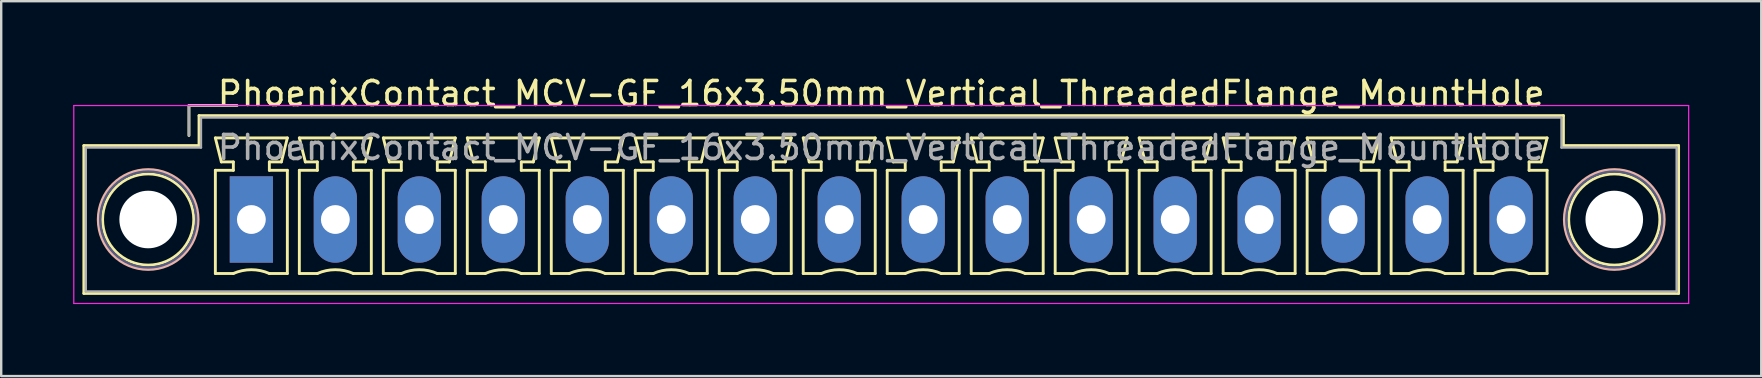
<source format=kicad_pcb>
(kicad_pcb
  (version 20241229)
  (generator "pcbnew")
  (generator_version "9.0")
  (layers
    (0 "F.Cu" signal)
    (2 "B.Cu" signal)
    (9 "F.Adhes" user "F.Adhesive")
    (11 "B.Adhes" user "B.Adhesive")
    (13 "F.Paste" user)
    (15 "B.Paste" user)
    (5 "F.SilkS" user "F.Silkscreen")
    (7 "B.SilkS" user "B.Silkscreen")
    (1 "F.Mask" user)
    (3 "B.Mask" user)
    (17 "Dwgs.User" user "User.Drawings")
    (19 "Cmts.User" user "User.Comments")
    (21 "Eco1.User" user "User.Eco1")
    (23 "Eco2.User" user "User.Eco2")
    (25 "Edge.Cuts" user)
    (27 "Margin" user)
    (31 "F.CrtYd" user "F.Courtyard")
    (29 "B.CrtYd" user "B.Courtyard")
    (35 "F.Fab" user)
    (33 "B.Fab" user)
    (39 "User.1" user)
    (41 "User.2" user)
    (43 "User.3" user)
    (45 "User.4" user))
  (footprint "PhoenixContact_MCV-GF_16x3.50mm_Vertical_ThreadedFlange_MountHole"
    (layer "F.Cu")
    (at 7.425 6.098)
    (property "Reference" "PhoenixContact_MCV-GF_16x3.50mm_Vertical_ThreadedFlange_MountHole" (at 26.25 -5.25 0) (layer "F.SilkS") (effects (font (size 1 1) (thickness 0.15))))
    (attr through_hole)
    (fp_line (start -6.98 -3.08) (end -6.98 3.08) (stroke (width 0.12) (type solid)) (layer "F.SilkS"))
    (fp_line (start -6.98 3.08) (end 59.48 3.08) (stroke (width 0.12) (type solid)) (layer "F.SilkS"))
    (fp_line (start -2.6 -4.75) (end -0.6 -4.75) (stroke (width 0.12) (type solid)) (layer "F.SilkS"))
    (fp_line (start -2.6 -3.5) (end -2.6 -4.75) (stroke (width 0.12) (type solid)) (layer "F.SilkS"))
    (fp_line (start -2.18 -4.33) (end -2.18 -3.08) (stroke (width 0.12) (type solid)) (layer "F.SilkS"))
    (fp_line (start -2.18 -3.08) (end -6.98 -3.08) (stroke (width 0.12) (type solid)) (layer "F.SilkS"))
    (fp_line (start -1.5 -3.4) (end 1.5 -3.4) (stroke (width 0.12) (type solid)) (layer "F.SilkS"))
    (fp_line (start -1.5 -2.05) (end -0.75 -2.05) (stroke (width 0.12) (type solid)) (layer "F.SilkS"))
    (fp_line (start -1.5 2.25) (end -1.5 -2.05) (stroke (width 0.12) (type solid)) (layer "F.SilkS"))
    (fp_line (start -1.25 -2.4) (end -1.5 -3.4) (stroke (width 0.12) (type solid)) (layer "F.SilkS"))
    (fp_line (start -0.75 -2.4) (end -1.25 -2.4) (stroke (width 0.12) (type solid)) (layer "F.SilkS"))
    (fp_line (start -0.75 -2.05) (end -0.75 -2.4) (stroke (width 0.12) (type solid)) (layer "F.SilkS"))
    (fp_line (start -0.75 2.25) (end -1.5 2.25) (stroke (width 0.12) (type solid)) (layer "F.SilkS"))
    (fp_line (start 0.75 -2.4) (end 0.75 -2.05) (stroke (width 0.12) (type solid)) (layer "F.SilkS"))
    (fp_line (start 0.75 -2.05) (end 1.5 -2.05) (stroke (width 0.12) (type solid)) (layer "F.SilkS"))
    (fp_line (start 1.25 -2.4) (end 0.75 -2.4) (stroke (width 0.12) (type solid)) (layer "F.SilkS"))
    (fp_line (start 1.5 -3.4) (end 1.25 -2.4) (stroke (width 0.12) (type solid)) (layer "F.SilkS"))
    (fp_line (start 1.5 -2.05) (end 1.5 2.25) (stroke (width 0.12) (type solid)) (layer "F.SilkS"))
    (fp_line (start 1.5 2.25) (end 0.75 2.25) (stroke (width 0.12) (type solid)) (layer "F.SilkS"))
    (fp_line (start 2 -3.4) (end 5 -3.4) (stroke (width 0.12) (type solid)) (layer "F.SilkS"))
    (fp_line (start 2 -2.05) (end 2.75 -2.05) (stroke (width 0.12) (type solid)) (layer "F.SilkS"))
    (fp_line (start 2 2.25) (end 2 -2.05) (stroke (width 0.12) (type solid)) (layer "F.SilkS"))
    (fp_line (start 2.25 -2.4) (end 2 -3.4) (stroke (width 0.12) (type solid)) (layer "F.SilkS"))
    (fp_line (start 2.75 -2.4) (end 2.25 -2.4) (stroke (width 0.12) (type solid)) (layer "F.SilkS"))
    (fp_line (start 2.75 -2.05) (end 2.75 -2.4) (stroke (width 0.12) (type solid)) (layer "F.SilkS"))
    (fp_line (start 2.75 2.25) (end 2 2.25) (stroke (width 0.12) (type solid)) (layer "F.SilkS"))
    (fp_line (start 4.25 -2.4) (end 4.25 -2.05) (stroke (width 0.12) (type solid)) (layer "F.SilkS"))
    (fp_line (start 4.25 -2.05) (end 5 -2.05) (stroke (width 0.12) (type solid)) (layer "F.SilkS"))
    (fp_line (start 4.75 -2.4) (end 4.25 -2.4) (stroke (width 0.12) (type solid)) (layer "F.SilkS"))
    (fp_line (start 5 -3.4) (end 4.75 -2.4) (stroke (width 0.12) (type solid)) (layer "F.SilkS"))
    (fp_line (start 5 -2.05) (end 5 2.25) (stroke (width 0.12) (type solid)) (layer "F.SilkS"))
    (fp_line (start 5 2.25) (end 4.25 2.25) (stroke (width 0.12) (type solid)) (layer "F.SilkS"))
    (fp_line (start 5.5 -3.4) (end 8.5 -3.4) (stroke (width 0.12) (type solid)) (layer "F.SilkS"))
    (fp_line (start 5.5 -2.05) (end 6.25 -2.05) (stroke (width 0.12) (type solid)) (layer "F.SilkS"))
    (fp_line (start 5.5 2.25) (end 5.5 -2.05) (stroke (width 0.12) (type solid)) (layer "F.SilkS"))
    (fp_line (start 5.75 -2.4) (end 5.5 -3.4) (stroke (width 0.12) (type solid)) (layer "F.SilkS"))
    (fp_line (start 6.25 -2.4) (end 5.75 -2.4) (stroke (width 0.12) (type solid)) (layer "F.SilkS"))
    (fp_line (start 6.25 -2.05) (end 6.25 -2.4) (stroke (width 0.12) (type solid)) (layer "F.SilkS"))
    (fp_line (start 6.25 2.25) (end 5.5 2.25) (stroke (width 0.12) (type solid)) (layer "F.SilkS"))
    (fp_line (start 7.75 -2.4) (end 7.75 -2.05) (stroke (width 0.12) (type solid)) (layer "F.SilkS"))
    (fp_line (start 7.75 -2.05) (end 8.5 -2.05) (stroke (width 0.12) (type solid)) (layer "F.SilkS"))
    (fp_line (start 8.25 -2.4) (end 7.75 -2.4) (stroke (width 0.12) (type solid)) (layer "F.SilkS"))
    (fp_line (start 8.5 -3.4) (end 8.25 -2.4) (stroke (width 0.12) (type solid)) (layer "F.SilkS"))
    (fp_line (start 8.5 -2.05) (end 8.5 2.25) (stroke (width 0.12) (type solid)) (layer "F.SilkS"))
    (fp_line (start 8.5 2.25) (end 7.75 2.25) (stroke (width 0.12) (type solid)) (layer "F.SilkS"))
    (fp_line (start 9 -3.4) (end 12 -3.4) (stroke (width 0.12) (type solid)) (layer "F.SilkS"))
    (fp_line (start 9 -2.05) (end 9.75 -2.05) (stroke (width 0.12) (type solid)) (layer "F.SilkS"))
    (fp_line (start 9 2.25) (end 9 -2.05) (stroke (width 0.12) (type solid)) (layer "F.SilkS"))
    (fp_line (start 9.25 -2.4) (end 9 -3.4) (stroke (width 0.12) (type solid)) (layer "F.SilkS"))
    (fp_line (start 9.75 -2.4) (end 9.25 -2.4) (stroke (width 0.12) (type solid)) (layer "F.SilkS"))
    (fp_line (start 9.75 -2.05) (end 9.75 -2.4) (stroke (width 0.12) (type solid)) (layer "F.SilkS"))
    (fp_line (start 9.75 2.25) (end 9 2.25) (stroke (width 0.12) (type solid)) (layer "F.SilkS"))
    (fp_line (start 11.25 -2.4) (end 11.25 -2.05) (stroke (width 0.12) (type solid)) (layer "F.SilkS"))
    (fp_line (start 11.25 -2.05) (end 12 -2.05) (stroke (width 0.12) (type solid)) (layer "F.SilkS"))
    (fp_line (start 11.75 -2.4) (end 11.25 -2.4) (stroke (width 0.12) (type solid)) (layer "F.SilkS"))
    (fp_line (start 12 -3.4) (end 11.75 -2.4) (stroke (width 0.12) (type solid)) (layer "F.SilkS"))
    (fp_line (start 12 -2.05) (end 12 2.25) (stroke (width 0.12) (type solid)) (layer "F.SilkS"))
    (fp_line (start 12 2.25) (end 11.25 2.25) (stroke (width 0.12) (type solid)) (layer "F.SilkS"))
    (fp_line (start 12.5 -3.4) (end 15.5 -3.4) (stroke (width 0.12) (type solid)) (layer "F.SilkS"))
    (fp_line (start 12.5 -2.05) (end 13.25 -2.05) (stroke (width 0.12) (type solid)) (layer "F.SilkS"))
    (fp_line (start 12.5 2.25) (end 12.5 -2.05) (stroke (width 0.12) (type solid)) (layer "F.SilkS"))
    (fp_line (start 12.75 -2.4) (end 12.5 -3.4) (stroke (width 0.12) (type solid)) (layer "F.SilkS"))
    (fp_line (start 13.25 -2.4) (end 12.75 -2.4) (stroke (width 0.12) (type solid)) (layer "F.SilkS"))
    (fp_line (start 13.25 -2.05) (end 13.25 -2.4) (stroke (width 0.12) (type solid)) (layer "F.SilkS"))
    (fp_line (start 13.25 2.25) (end 12.5 2.25) (stroke (width 0.12) (type solid)) (layer "F.SilkS"))
    (fp_line (start 14.75 -2.4) (end 14.75 -2.05) (stroke (width 0.12) (type solid)) (layer "F.SilkS"))
    (fp_line (start 14.75 -2.05) (end 15.5 -2.05) (stroke (width 0.12) (type solid)) (layer "F.SilkS"))
    (fp_line (start 15.25 -2.4) (end 14.75 -2.4) (stroke (width 0.12) (type solid)) (layer "F.SilkS"))
    (fp_line (start 15.5 -3.4) (end 15.25 -2.4) (stroke (width 0.12) (type solid)) (layer "F.SilkS"))
    (fp_line (start 15.5 -2.05) (end 15.5 2.25) (stroke (width 0.12) (type solid)) (layer "F.SilkS"))
    (fp_line (start 15.5 2.25) (end 14.75 2.25) (stroke (width 0.12) (type solid)) (layer "F.SilkS"))
    (fp_line (start 16 -3.4) (end 19 -3.4) (stroke (width 0.12) (type solid)) (layer "F.SilkS"))
    (fp_line (start 16 -2.05) (end 16.75 -2.05) (stroke (width 0.12) (type solid)) (layer "F.SilkS"))
    (fp_line (start 16 2.25) (end 16 -2.05) (stroke (width 0.12) (type solid)) (layer "F.SilkS"))
    (fp_line (start 16.25 -2.4) (end 16 -3.4) (stroke (width 0.12) (type solid)) (layer "F.SilkS"))
    (fp_line (start 16.75 -2.4) (end 16.25 -2.4) (stroke (width 0.12) (type solid)) (layer "F.SilkS"))
    (fp_line (start 16.75 -2.05) (end 16.75 -2.4) (stroke (width 0.12) (type solid)) (layer "F.SilkS"))
    (fp_line (start 16.75 2.25) (end 16 2.25) (stroke (width 0.12) (type solid)) (layer "F.SilkS"))
    (fp_line (start 18.25 -2.4) (end 18.25 -2.05) (stroke (width 0.12) (type solid)) (layer "F.SilkS"))
    (fp_line (start 18.25 -2.05) (end 19 -2.05) (stroke (width 0.12) (type solid)) (layer "F.SilkS"))
    (fp_line (start 18.75 -2.4) (end 18.25 -2.4) (stroke (width 0.12) (type solid)) (layer "F.SilkS"))
    (fp_line (start 19 -3.4) (end 18.75 -2.4) (stroke (width 0.12) (type solid)) (layer "F.SilkS"))
    (fp_line (start 19 -2.05) (end 19 2.25) (stroke (width 0.12) (type solid)) (layer "F.SilkS"))
    (fp_line (start 19 2.25) (end 18.25 2.25) (stroke (width 0.12) (type solid)) (layer "F.SilkS"))
    (fp_line (start 19.5 -3.4) (end 22.5 -3.4) (stroke (width 0.12) (type solid)) (layer "F.SilkS"))
    (fp_line (start 19.5 -2.05) (end 20.25 -2.05) (stroke (width 0.12) (type solid)) (layer "F.SilkS"))
    (fp_line (start 19.5 2.25) (end 19.5 -2.05) (stroke (width 0.12) (type solid)) (layer "F.SilkS"))
    (fp_line (start 19.75 -2.4) (end 19.5 -3.4) (stroke (width 0.12) (type solid)) (layer "F.SilkS"))
    (fp_line (start 20.25 -2.4) (end 19.75 -2.4) (stroke (width 0.12) (type solid)) (layer "F.SilkS"))
    (fp_line (start 20.25 -2.05) (end 20.25 -2.4) (stroke (width 0.12) (type solid)) (layer "F.SilkS"))
    (fp_line (start 20.25 2.25) (end 19.5 2.25) (stroke (width 0.12) (type solid)) (layer "F.SilkS"))
    (fp_line (start 21.75 -2.4) (end 21.75 -2.05) (stroke (width 0.12) (type solid)) (layer "F.SilkS"))
    (fp_line (start 21.75 -2.05) (end 22.5 -2.05) (stroke (width 0.12) (type solid)) (layer "F.SilkS"))
    (fp_line (start 22.25 -2.4) (end 21.75 -2.4) (stroke (width 0.12) (type solid)) (layer "F.SilkS"))
    (fp_line (start 22.5 -3.4) (end 22.25 -2.4) (stroke (width 0.12) (type solid)) (layer "F.SilkS"))
    (fp_line (start 22.5 -2.05) (end 22.5 2.25) (stroke (width 0.12) (type solid)) (layer "F.SilkS"))
    (fp_line (start 22.5 2.25) (end 21.75 2.25) (stroke (width 0.12) (type solid)) (layer "F.SilkS"))
    (fp_line (start 23 -3.4) (end 26 -3.4) (stroke (width 0.12) (type solid)) (layer "F.SilkS"))
    (fp_line (start 23 -2.05) (end 23.75 -2.05) (stroke (width 0.12) (type solid)) (layer "F.SilkS"))
    (fp_line (start 23 2.25) (end 23 -2.05) (stroke (width 0.12) (type solid)) (layer "F.SilkS"))
    (fp_line (start 23.25 -2.4) (end 23 -3.4) (stroke (width 0.12) (type solid)) (layer "F.SilkS"))
    (fp_line (start 23.75 -2.4) (end 23.25 -2.4) (stroke (width 0.12) (type solid)) (layer "F.SilkS"))
    (fp_line (start 23.75 -2.05) (end 23.75 -2.4) (stroke (width 0.12) (type solid)) (layer "F.SilkS"))
    (fp_line (start 23.75 2.25) (end 23 2.25) (stroke (width 0.12) (type solid)) (layer "F.SilkS"))
    (fp_line (start 25.25 -2.4) (end 25.25 -2.05) (stroke (width 0.12) (type solid)) (layer "F.SilkS"))
    (fp_line (start 25.25 -2.05) (end 26 -2.05) (stroke (width 0.12) (type solid)) (layer "F.SilkS"))
    (fp_line (start 25.75 -2.4) (end 25.25 -2.4) (stroke (width 0.12) (type solid)) (layer "F.SilkS"))
    (fp_line (start 26 -3.4) (end 25.75 -2.4) (stroke (width 0.12) (type solid)) (layer "F.SilkS"))
    (fp_line (start 26 -2.05) (end 26 2.25) (stroke (width 0.12) (type solid)) (layer "F.SilkS"))
    (fp_line (start 26 2.25) (end 25.25 2.25) (stroke (width 0.12) (type solid)) (layer "F.SilkS"))
    (fp_line (start 26.5 -3.4) (end 29.5 -3.4) (stroke (width 0.12) (type solid)) (layer "F.SilkS"))
    (fp_line (start 26.5 -2.05) (end 27.25 -2.05) (stroke (width 0.12) (type solid)) (layer "F.SilkS"))
    (fp_line (start 26.5 2.25) (end 26.5 -2.05) (stroke (width 0.12) (type solid)) (layer "F.SilkS"))
    (fp_line (start 26.75 -2.4) (end 26.5 -3.4) (stroke (width 0.12) (type solid)) (layer "F.SilkS"))
    (fp_line (start 27.25 -2.4) (end 26.75 -2.4) (stroke (width 0.12) (type solid)) (layer "F.SilkS"))
    (fp_line (start 27.25 -2.05) (end 27.25 -2.4) (stroke (width 0.12) (type solid)) (layer "F.SilkS"))
    (fp_line (start 27.25 2.25) (end 26.5 2.25) (stroke (width 0.12) (type solid)) (layer "F.SilkS"))
    (fp_line (start 28.75 -2.4) (end 28.75 -2.05) (stroke (width 0.12) (type solid)) (layer "F.SilkS"))
    (fp_line (start 28.75 -2.05) (end 29.5 -2.05) (stroke (width 0.12) (type solid)) (layer "F.SilkS"))
    (fp_line (start 29.25 -2.4) (end 28.75 -2.4) (stroke (width 0.12) (type solid)) (layer "F.SilkS"))
    (fp_line (start 29.5 -3.4) (end 29.25 -2.4) (stroke (width 0.12) (type solid)) (layer "F.SilkS"))
    (fp_line (start 29.5 -2.05) (end 29.5 2.25) (stroke (width 0.12) (type solid)) (layer "F.SilkS"))
    (fp_line (start 29.5 2.25) (end 28.75 2.25) (stroke (width 0.12) (type solid)) (layer "F.SilkS"))
    (fp_line (start 30 -3.4) (end 33 -3.4) (stroke (width 0.12) (type solid)) (layer "F.SilkS"))
    (fp_line (start 30 -2.05) (end 30.75 -2.05) (stroke (width 0.12) (type solid)) (layer "F.SilkS"))
    (fp_line (start 30 2.25) (end 30 -2.05) (stroke (width 0.12) (type solid)) (layer "F.SilkS"))
    (fp_line (start 30.25 -2.4) (end 30 -3.4) (stroke (width 0.12) (type solid)) (layer "F.SilkS"))
    (fp_line (start 30.75 -2.4) (end 30.25 -2.4) (stroke (width 0.12) (type solid)) (layer "F.SilkS"))
    (fp_line (start 30.75 -2.05) (end 30.75 -2.4) (stroke (width 0.12) (type solid)) (layer "F.SilkS"))
    (fp_line (start 30.75 2.25) (end 30 2.25) (stroke (width 0.12) (type solid)) (layer "F.SilkS"))
    (fp_line (start 32.25 -2.4) (end 32.25 -2.05) (stroke (width 0.12) (type solid)) (layer "F.SilkS"))
    (fp_line (start 32.25 -2.05) (end 33 -2.05) (stroke (width 0.12) (type solid)) (layer "F.SilkS"))
    (fp_line (start 32.75 -2.4) (end 32.25 -2.4) (stroke (width 0.12) (type solid)) (layer "F.SilkS"))
    (fp_line (start 33 -3.4) (end 32.75 -2.4) (stroke (width 0.12) (type solid)) (layer "F.SilkS"))
    (fp_line (start 33 -2.05) (end 33 2.25) (stroke (width 0.12) (type solid)) (layer "F.SilkS"))
    (fp_line (start 33 2.25) (end 32.25 2.25) (stroke (width 0.12) (type solid)) (layer "F.SilkS"))
    (fp_line (start 33.5 -3.4) (end 36.5 -3.4) (stroke (width 0.12) (type solid)) (layer "F.SilkS"))
    (fp_line (start 33.5 -2.05) (end 34.25 -2.05) (stroke (width 0.12) (type solid)) (layer "F.SilkS"))
    (fp_line (start 33.5 2.25) (end 33.5 -2.05) (stroke (width 0.12) (type solid)) (layer "F.SilkS"))
    (fp_line (start 33.75 -2.4) (end 33.5 -3.4) (stroke (width 0.12) (type solid)) (layer "F.SilkS"))
    (fp_line (start 34.25 -2.4) (end 33.75 -2.4) (stroke (width 0.12) (type solid)) (layer "F.SilkS"))
    (fp_line (start 34.25 -2.05) (end 34.25 -2.4) (stroke (width 0.12) (type solid)) (layer "F.SilkS"))
    (fp_line (start 34.25 2.25) (end 33.5 2.25) (stroke (width 0.12) (type solid)) (layer "F.SilkS"))
    (fp_line (start 35.75 -2.4) (end 35.75 -2.05) (stroke (width 0.12) (type solid)) (layer "F.SilkS"))
    (fp_line (start 35.75 -2.05) (end 36.5 -2.05) (stroke (width 0.12) (type solid)) (layer "F.SilkS"))
    (fp_line (start 36.25 -2.4) (end 35.75 -2.4) (stroke (width 0.12) (type solid)) (layer "F.SilkS"))
    (fp_line (start 36.5 -3.4) (end 36.25 -2.4) (stroke (width 0.12) (type solid)) (layer "F.SilkS"))
    (fp_line (start 36.5 -2.05) (end 36.5 2.25) (stroke (width 0.12) (type solid)) (layer "F.SilkS"))
    (fp_line (start 36.5 2.25) (end 35.75 2.25) (stroke (width 0.12) (type solid)) (layer "F.SilkS"))
    (fp_line (start 37 -3.4) (end 40 -3.4) (stroke (width 0.12) (type solid)) (layer "F.SilkS"))
    (fp_line (start 37 -2.05) (end 37.75 -2.05) (stroke (width 0.12) (type solid)) (layer "F.SilkS"))
    (fp_line (start 37 2.25) (end 37 -2.05) (stroke (width 0.12) (type solid)) (layer "F.SilkS"))
    (fp_line (start 37.25 -2.4) (end 37 -3.4) (stroke (width 0.12) (type solid)) (layer "F.SilkS"))
    (fp_line (start 37.75 -2.4) (end 37.25 -2.4) (stroke (width 0.12) (type solid)) (layer "F.SilkS"))
    (fp_line (start 37.75 -2.05) (end 37.75 -2.4) (stroke (width 0.12) (type solid)) (layer "F.SilkS"))
    (fp_line (start 37.75 2.25) (end 37 2.25) (stroke (width 0.12) (type solid)) (layer "F.SilkS"))
    (fp_line (start 39.25 -2.4) (end 39.25 -2.05) (stroke (width 0.12) (type solid)) (layer "F.SilkS"))
    (fp_line (start 39.25 -2.05) (end 40 -2.05) (stroke (width 0.12) (type solid)) (layer "F.SilkS"))
    (fp_line (start 39.75 -2.4) (end 39.25 -2.4) (stroke (width 0.12) (type solid)) (layer "F.SilkS"))
    (fp_line (start 40 -3.4) (end 39.75 -2.4) (stroke (width 0.12) (type solid)) (layer "F.SilkS"))
    (fp_line (start 40 -2.05) (end 40 2.25) (stroke (width 0.12) (type solid)) (layer "F.SilkS"))
    (fp_line (start 40 2.25) (end 39.25 2.25) (stroke (width 0.12) (type solid)) (layer "F.SilkS"))
    (fp_line (start 40.5 -3.4) (end 43.5 -3.4) (stroke (width 0.12) (type solid)) (layer "F.SilkS"))
    (fp_line (start 40.5 -2.05) (end 41.25 -2.05) (stroke (width 0.12) (type solid)) (layer "F.SilkS"))
    (fp_line (start 40.5 2.25) (end 40.5 -2.05) (stroke (width 0.12) (type solid)) (layer "F.SilkS"))
    (fp_line (start 40.75 -2.4) (end 40.5 -3.4) (stroke (width 0.12) (type solid)) (layer "F.SilkS"))
    (fp_line (start 41.25 -2.4) (end 40.75 -2.4) (stroke (width 0.12) (type solid)) (layer "F.SilkS"))
    (fp_line (start 41.25 -2.05) (end 41.25 -2.4) (stroke (width 0.12) (type solid)) (layer "F.SilkS"))
    (fp_line (start 41.25 2.25) (end 40.5 2.25) (stroke (width 0.12) (type solid)) (layer "F.SilkS"))
    (fp_line (start 42.75 -2.4) (end 42.75 -2.05) (stroke (width 0.12) (type solid)) (layer "F.SilkS"))
    (fp_line (start 42.75 -2.05) (end 43.5 -2.05) (stroke (width 0.12) (type solid)) (layer "F.SilkS"))
    (fp_line (start 43.25 -2.4) (end 42.75 -2.4) (stroke (width 0.12) (type solid)) (layer "F.SilkS"))
    (fp_line (start 43.5 -3.4) (end 43.25 -2.4) (stroke (width 0.12) (type solid)) (layer "F.SilkS"))
    (fp_line (start 43.5 -2.05) (end 43.5 2.25) (stroke (width 0.12) (type solid)) (layer "F.SilkS"))
    (fp_line (start 43.5 2.25) (end 42.75 2.25) (stroke (width 0.12) (type solid)) (layer "F.SilkS"))
    (fp_line (start 44 -3.4) (end 47 -3.4) (stroke (width 0.12) (type solid)) (layer "F.SilkS"))
    (fp_line (start 44 -2.05) (end 44.75 -2.05) (stroke (width 0.12) (type solid)) (layer "F.SilkS"))
    (fp_line (start 44 2.25) (end 44 -2.05) (stroke (width 0.12) (type solid)) (layer "F.SilkS"))
    (fp_line (start 44.25 -2.4) (end 44 -3.4) (stroke (width 0.12) (type solid)) (layer "F.SilkS"))
    (fp_line (start 44.75 -2.4) (end 44.25 -2.4) (stroke (width 0.12) (type solid)) (layer "F.SilkS"))
    (fp_line (start 44.75 -2.05) (end 44.75 -2.4) (stroke (width 0.12) (type solid)) (layer "F.SilkS"))
    (fp_line (start 44.75 2.25) (end 44 2.25) (stroke (width 0.12) (type solid)) (layer "F.SilkS"))
    (fp_line (start 46.25 -2.4) (end 46.25 -2.05) (stroke (width 0.12) (type solid)) (layer "F.SilkS"))
    (fp_line (start 46.25 -2.05) (end 47 -2.05) (stroke (width 0.12) (type solid)) (layer "F.SilkS"))
    (fp_line (start 46.75 -2.4) (end 46.25 -2.4) (stroke (width 0.12) (type solid)) (layer "F.SilkS"))
    (fp_line (start 47 -3.4) (end 46.75 -2.4) (stroke (width 0.12) (type solid)) (layer "F.SilkS"))
    (fp_line (start 47 -2.05) (end 47 2.25) (stroke (width 0.12) (type solid)) (layer "F.SilkS"))
    (fp_line (start 47 2.25) (end 46.25 2.25) (stroke (width 0.12) (type solid)) (layer "F.SilkS"))
    (fp_line (start 47.5 -3.4) (end 50.5 -3.4) (stroke (width 0.12) (type solid)) (layer "F.SilkS"))
    (fp_line (start 47.5 -2.05) (end 48.25 -2.05) (stroke (width 0.12) (type solid)) (layer "F.SilkS"))
    (fp_line (start 47.5 2.25) (end 47.5 -2.05) (stroke (width 0.12) (type solid)) (layer "F.SilkS"))
    (fp_line (start 47.75 -2.4) (end 47.5 -3.4) (stroke (width 0.12) (type solid)) (layer "F.SilkS"))
    (fp_line (start 48.25 -2.4) (end 47.75 -2.4) (stroke (width 0.12) (type solid)) (layer "F.SilkS"))
    (fp_line (start 48.25 -2.05) (end 48.25 -2.4) (stroke (width 0.12) (type solid)) (layer "F.SilkS"))
    (fp_line (start 48.25 2.25) (end 47.5 2.25) (stroke (width 0.12) (type solid)) (layer "F.SilkS"))
    (fp_line (start 49.75 -2.4) (end 49.75 -2.05) (stroke (width 0.12) (type solid)) (layer "F.SilkS"))
    (fp_line (start 49.75 -2.05) (end 50.5 -2.05) (stroke (width 0.12) (type solid)) (layer "F.SilkS"))
    (fp_line (start 50.25 -2.4) (end 49.75 -2.4) (stroke (width 0.12) (type solid)) (layer "F.SilkS"))
    (fp_line (start 50.5 -3.4) (end 50.25 -2.4) (stroke (width 0.12) (type solid)) (layer "F.SilkS"))
    (fp_line (start 50.5 -2.05) (end 50.5 2.25) (stroke (width 0.12) (type solid)) (layer "F.SilkS"))
    (fp_line (start 50.5 2.25) (end 49.75 2.25) (stroke (width 0.12) (type solid)) (layer "F.SilkS"))
    (fp_line (start 51 -3.4) (end 54 -3.4) (stroke (width 0.12) (type solid)) (layer "F.SilkS"))
    (fp_line (start 51 -2.05) (end 51.75 -2.05) (stroke (width 0.12) (type solid)) (layer "F.SilkS"))
    (fp_line (start 51 2.25) (end 51 -2.05) (stroke (width 0.12) (type solid)) (layer "F.SilkS"))
    (fp_line (start 51.25 -2.4) (end 51 -3.4) (stroke (width 0.12) (type solid)) (layer "F.SilkS"))
    (fp_line (start 51.75 -2.4) (end 51.25 -2.4) (stroke (width 0.12) (type solid)) (layer "F.SilkS"))
    (fp_line (start 51.75 -2.05) (end 51.75 -2.4) (stroke (width 0.12) (type solid)) (layer "F.SilkS"))
    (fp_line (start 51.75 2.25) (end 51 2.25) (stroke (width 0.12) (type solid)) (layer "F.SilkS"))
    (fp_line (start 53.25 -2.4) (end 53.25 -2.05) (stroke (width 0.12) (type solid)) (layer "F.SilkS"))
    (fp_line (start 53.25 -2.05) (end 54 -2.05) (stroke (width 0.12) (type solid)) (layer "F.SilkS"))
    (fp_line (start 53.75 -2.4) (end 53.25 -2.4) (stroke (width 0.12) (type solid)) (layer "F.SilkS"))
    (fp_line (start 54 -3.4) (end 53.75 -2.4) (stroke (width 0.12) (type solid)) (layer "F.SilkS"))
    (fp_line (start 54 -2.05) (end 54 2.25) (stroke (width 0.12) (type solid)) (layer "F.SilkS"))
    (fp_line (start 54 2.25) (end 53.25 2.25) (stroke (width 0.12) (type solid)) (layer "F.SilkS"))
    (fp_line (start 54.68 -4.33) (end -2.18 -4.33) (stroke (width 0.12) (type solid)) (layer "F.SilkS"))
    (fp_line (start 54.68 -3.08) (end 54.68 -4.33) (stroke (width 0.12) (type solid)) (layer "F.SilkS"))
    (fp_line (start 59.48 -3.08) (end 54.68 -3.08) (stroke (width 0.12) (type solid)) (layer "F.SilkS"))
    (fp_line (start 59.48 3.08) (end 59.48 -3.08) (stroke (width 0.12) (type solid)) (layer "F.SilkS"))
    (fp_arc (start -0.75 2.25) (mid -0.000193 2.09191) (end 0.749647 2.249844) (stroke (width 0.12) (type solid)) (layer "F.SilkS"))
    (fp_arc (start 2.75 2.25) (mid 3.499807 2.09191) (end 4.249647 2.249844) (stroke (width 0.12) (type solid)) (layer "F.SilkS"))
    (fp_arc (start 6.25 2.25) (mid 6.999807 2.09191) (end 7.749647 2.249844) (stroke (width 0.12) (type solid)) (layer "F.SilkS"))
    (fp_arc (start 9.75 2.25) (mid 10.499807 2.09191) (end 11.249647 2.249844) (stroke (width 0.12) (type solid)) (layer "F.SilkS"))
    (fp_arc (start 13.25 2.25) (mid 13.999807 2.09191) (end 14.749647 2.249844) (stroke (width 0.12) (type solid)) (layer "F.SilkS"))
    (fp_arc (start 16.75 2.25) (mid 17.499807 2.09191) (end 18.249647 2.249844) (stroke (width 0.12) (type solid)) (layer "F.SilkS"))
    (fp_arc (start 20.25 2.25) (mid 20.999807 2.09191) (end 21.749647 2.249844) (stroke (width 0.12) (type solid)) (layer "F.SilkS"))
    (fp_arc (start 23.75 2.25) (mid 24.499807 2.09191) (end 25.249647 2.249844) (stroke (width 0.12) (type solid)) (layer "F.SilkS"))
    (fp_arc (start 27.25 2.25) (mid 27.999807 2.09191) (end 28.749647 2.249844) (stroke (width 0.12) (type solid)) (layer "F.SilkS"))
    (fp_arc (start 30.75 2.25) (mid 31.499807 2.09191) (end 32.249647 2.249844) (stroke (width 0.12) (type solid)) (layer "F.SilkS"))
    (fp_arc (start 34.25 2.25) (mid 34.999807 2.09191) (end 35.749647 2.249844) (stroke (width 0.12) (type solid)) (layer "F.SilkS"))
    (fp_arc (start 37.75 2.25) (mid 38.499807 2.09191) (end 39.249647 2.249844) (stroke (width 0.12) (type solid)) (layer "F.SilkS"))
    (fp_arc (start 41.25 2.25) (mid 41.999807 2.09191) (end 42.749647 2.249844) (stroke (width 0.12) (type solid)) (layer "F.SilkS"))
    (fp_arc (start 44.75 2.25) (mid 45.499807 2.09191) (end 46.249647 2.249844) (stroke (width 0.12) (type solid)) (layer "F.SilkS"))
    (fp_arc (start 48.25 2.25) (mid 48.999807 2.09191) (end 49.749647 2.249844) (stroke (width 0.12) (type solid)) (layer "F.SilkS"))
    (fp_arc (start 51.75 2.25) (mid 52.499807 2.09191) (end 53.249647 2.249844) (stroke (width 0.12) (type solid)) (layer "F.SilkS"))
    (fp_circle (center -4.3 0) (end -2.4 0) (stroke (width 0.12) (type solid)) (fill no) (layer "F.SilkS"))
    (fp_circle (center 56.8 0) (end 58.7 0) (stroke (width 0.12) (type solid)) (fill no) (layer "F.SilkS"))
    (fp_circle (center -4.3 0) (end -2.22 0) (stroke (width 0.12) (type solid)) (fill no) (layer "B.SilkS"))
    (fp_circle (center 56.8 0) (end 58.88 0) (stroke (width 0.12) (type solid)) (fill no) (layer "B.SilkS"))
    (fp_line (start -7.4 -4.75) (end -7.4 3.5) (stroke (width 0.05) (type solid)) (layer "F.CrtYd"))
    (fp_line (start -7.4 3.5) (end 59.9 3.5) (stroke (width 0.05) (type solid)) (layer "F.CrtYd"))
    (fp_line (start 59.9 -4.75) (end -7.4 -4.75) (stroke (width 0.05) (type solid)) (layer "F.CrtYd"))
    (fp_line (start 59.9 3.5) (end 59.9 -4.75) (stroke (width 0.05) (type solid)) (layer "F.CrtYd"))
    (fp_circle (center -4.3 0) (end -2.3 0) (stroke (width 0.1) (type solid)) (fill no) (layer "B.Fab"))
    (fp_circle (center 56.8 0) (end 58.8 0) (stroke (width 0.1) (type solid)) (fill no) (layer "B.Fab"))
    (fp_line (start -6.9 -3) (end -6.9 3) (stroke (width 0.1) (type solid)) (layer "F.Fab"))
    (fp_line (start -6.9 3) (end 59.4 3) (stroke (width 0.1) (type solid)) (layer "F.Fab"))
    (fp_line (start -2.6 -4.75) (end -0.6 -4.75) (stroke (width 0.1) (type solid)) (layer "F.Fab"))
    (fp_line (start -2.6 -3.5) (end -2.6 -4.75) (stroke (width 0.1) (type solid)) (layer "F.Fab"))
    (fp_line (start -2.1 -4.25) (end -2.1 -3) (stroke (width 0.1) (type solid)) (layer "F.Fab"))
    (fp_line (start -2.1 -3) (end -6.9 -3) (stroke (width 0.1) (type solid)) (layer "F.Fab"))
    (fp_line (start 54.6 -4.25) (end -2.1 -4.25) (stroke (width 0.1) (type solid)) (layer "F.Fab"))
    (fp_line (start 54.6 -3) (end 54.6 -4.25) (stroke (width 0.1) (type solid)) (layer "F.Fab"))
    (fp_line (start 59.4 -3) (end 54.6 -3) (stroke (width 0.1) (type solid)) (layer "F.Fab"))
    (fp_line (start 59.4 3) (end 59.4 -3) (stroke (width 0.1) (type solid)) (layer "F.Fab"))
    (fp_text user "${REFERENCE}" (at 26.25 -3 0) (layer "F.Fab") (effects (font (size 1 1) (thickness 0.15))))
    (pad "" np_thru_hole circle (at -4.3 0) (size 2.4 2.4) (drill 2.4) (layers "*.Cu" "*.Mask"))
    (pad "" np_thru_hole circle (at 56.8 0) (size 2.4 2.4) (drill 2.4) (layers "*.Cu" "*.Mask"))
    (pad "1" thru_hole rect (at 0 0) (size 1.8 3.6) (drill 1.2) (layers "*.Cu" "*.Mask"))
    (pad "2" thru_hole oval (at 3.5 0) (size 1.8 3.6) (drill 1.2) (layers "*.Cu" "*.Mask"))
    (pad "3" thru_hole oval (at 7 0) (size 1.8 3.6) (drill 1.2) (layers "*.Cu" "*.Mask"))
    (pad "4" thru_hole oval (at 10.5 0) (size 1.8 3.6) (drill 1.2) (layers "*.Cu" "*.Mask"))
    (pad "5" thru_hole oval (at 14 0) (size 1.8 3.6) (drill 1.2) (layers "*.Cu" "*.Mask"))
    (pad "6" thru_hole oval (at 17.5 0) (size 1.8 3.6) (drill 1.2) (layers "*.Cu" "*.Mask"))
    (pad "7" thru_hole oval (at 21 0) (size 1.8 3.6) (drill 1.2) (layers "*.Cu" "*.Mask"))
    (pad "8" thru_hole oval (at 24.5 0) (size 1.8 3.6) (drill 1.2) (layers "*.Cu" "*.Mask"))
    (pad "9" thru_hole oval (at 28 0) (size 1.8 3.6) (drill 1.2) (layers "*.Cu" "*.Mask"))
    (pad "10" thru_hole oval (at 31.5 0) (size 1.8 3.6) (drill 1.2) (layers "*.Cu" "*.Mask"))
    (pad "11" thru_hole oval (at 35 0) (size 1.8 3.6) (drill 1.2) (layers "*.Cu" "*.Mask"))
    (pad "12" thru_hole oval (at 38.5 0) (size 1.8 3.6) (drill 1.2) (layers "*.Cu" "*.Mask"))
    (pad "13" thru_hole oval (at 42 0) (size 1.8 3.6) (drill 1.2) (layers "*.Cu" "*.Mask"))
    (pad "14" thru_hole oval (at 45.5 0) (size 1.8 3.6) (drill 1.2) (layers "*.Cu" "*.Mask"))
    (pad "15" thru_hole oval (at 49 0) (size 1.8 3.6) (drill 1.2) (layers "*.Cu" "*.Mask"))
    (pad "16" thru_hole oval (at 52.5 0) (size 1.8 3.6) (drill 1.2) (layers "*.Cu" "*.Mask")))
  (gr_rect
    (start -3 -3)
    (end 70.35 12.623)
    (stroke (width 0.1) (type default))
    (fill no)
    (layer "Edge.Cuts")))
</source>
